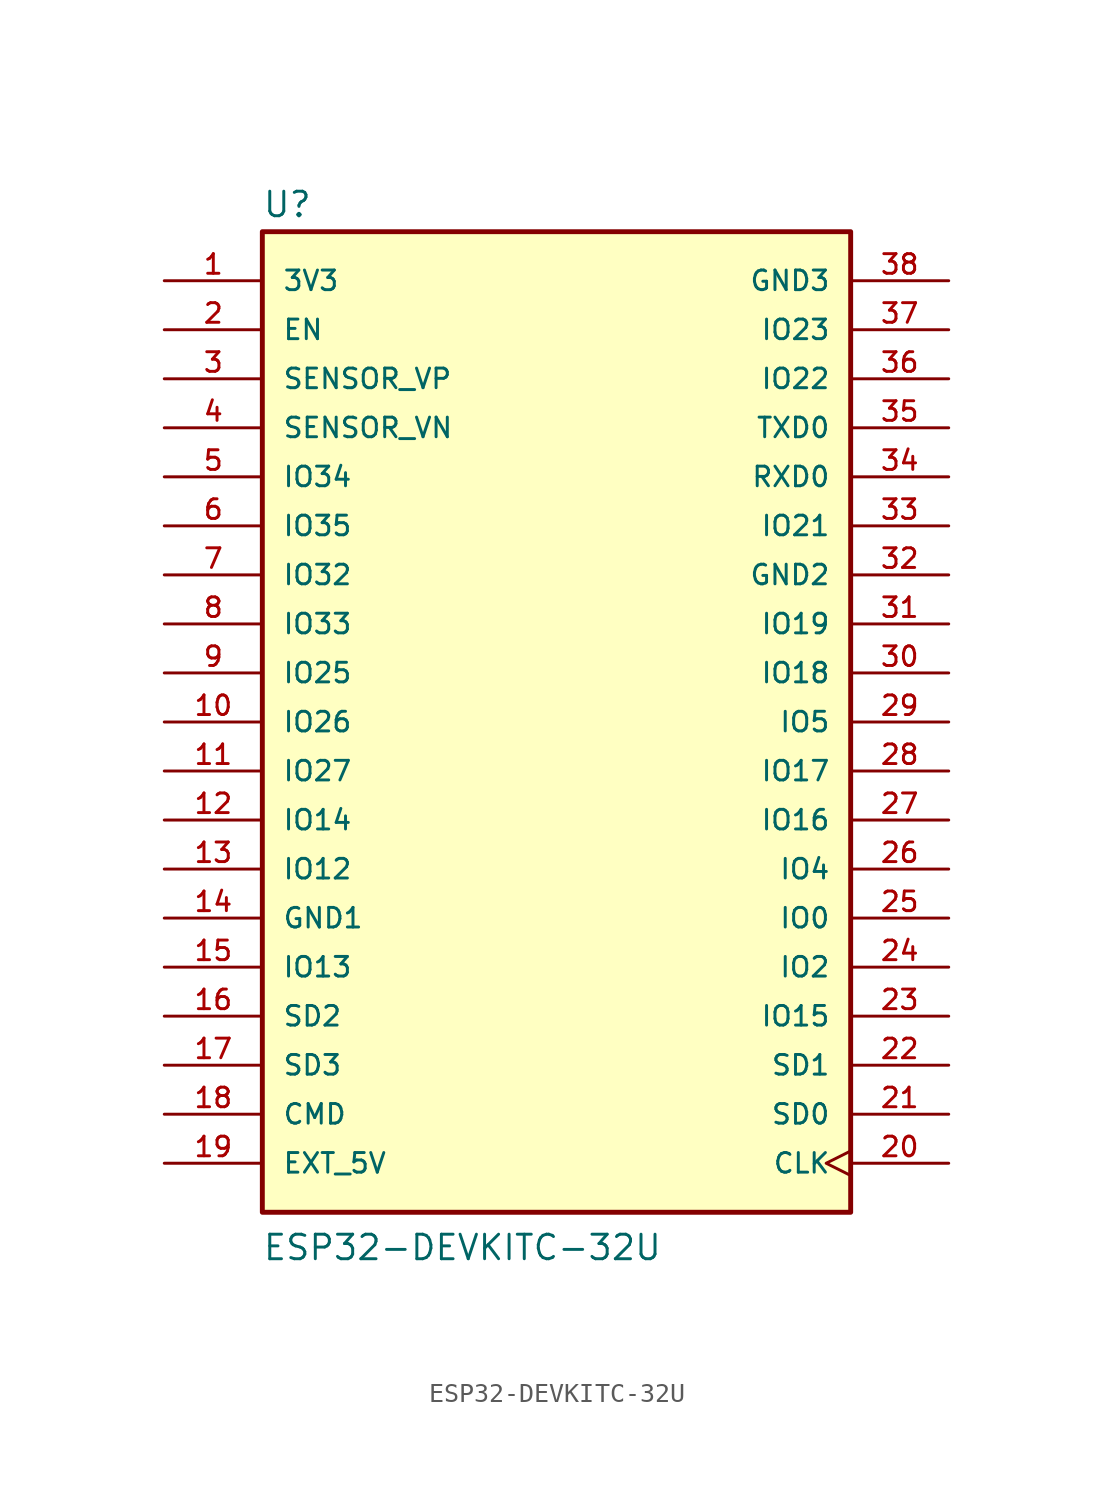
<source format=kicad_sym>
(kicad_symbol_lib
  (version 20211014)
  (generator kicad_symbol_editor)
  (symbol "ESP32-DEVKITC-32U"
    (pin_names
      (offset 1.016))
    (property "Reference" "U"
      (at -15.257 26.064 0)
      (effects (font (size 1.27 1.27)) (justify bottom left)))
    (property "Value" "ESP32-DEVKITC-32U"
      (at -15.256 -27.97 0)
      (effects (font (size 1.27 1.27)) (justify bottom left)))
    (symbol "ESP32-DEVKITC-32U_0_0"
      (rectangle (start -15.24 -25.4) (end 15.24 25.4) (stroke (width 0.254)) (fill (type background)))
      (pin power_in line (at -20.32 22.86 0) (length 5.08) (name "3V3" (effects (font (size 1.016 1.016)))) (number "1" (effects (font (size 1.016 1.016)))))
      (pin input line (at -20.32 20.32 0) (length 5.08) (name "EN" (effects (font (size 1.016 1.016)))) (number "2" (effects (font (size 1.016 1.016)))))
      (pin input line (at -20.32 17.78 0) (length 5.08) (name "SENSOR_VP" (effects (font (size 1.016 1.016)))) (number "3" (effects (font (size 1.016 1.016)))))
      (pin input line (at -20.32 15.24 0) (length 5.08) (name "SENSOR_VN" (effects (font (size 1.016 1.016)))) (number "4" (effects (font (size 1.016 1.016)))))
      (pin bidirectional line (at -20.32 12.7 0) (length 5.08) (name "IO34" (effects (font (size 1.016 1.016)))) (number "5" (effects (font (size 1.016 1.016)))))
      (pin bidirectional line (at -20.32 10.16 0) (length 5.08) (name "IO35" (effects (font (size 1.016 1.016)))) (number "6" (effects (font (size 1.016 1.016)))))
      (pin bidirectional line (at -20.32 7.62 0) (length 5.08) (name "IO32" (effects (font (size 1.016 1.016)))) (number "7" (effects (font (size 1.016 1.016)))))
      (pin bidirectional line (at -20.32 5.08 0) (length 5.08) (name "IO33" (effects (font (size 1.016 1.016)))) (number "8" (effects (font (size 1.016 1.016)))))
      (pin bidirectional line (at -20.32 2.54 0) (length 5.08) (name "IO25" (effects (font (size 1.016 1.016)))) (number "9" (effects (font (size 1.016 1.016)))))
      (pin bidirectional line (at -20.32 0.0 0) (length 5.08) (name "IO26" (effects (font (size 1.016 1.016)))) (number "10" (effects (font (size 1.016 1.016)))))
      (pin bidirectional line (at -20.32 -2.54 0) (length 5.08) (name "IO27" (effects (font (size 1.016 1.016)))) (number "11" (effects (font (size 1.016 1.016)))))
      (pin bidirectional line (at -20.32 -5.08 0) (length 5.08) (name "IO14" (effects (font (size 1.016 1.016)))) (number "12" (effects (font (size 1.016 1.016)))))
      (pin bidirectional line (at -20.32 -7.62 0) (length 5.08) (name "IO12" (effects (font (size 1.016 1.016)))) (number "13" (effects (font (size 1.016 1.016)))))
      (pin power_in line (at -20.32 -10.16 0) (length 5.08) (name "GND1" (effects (font (size 1.016 1.016)))) (number "14" (effects (font (size 1.016 1.016)))))
      (pin bidirectional line (at -20.32 -12.7 0) (length 5.08) (name "IO13" (effects (font (size 1.016 1.016)))) (number "15" (effects (font (size 1.016 1.016)))))
      (pin bidirectional line (at -20.32 -15.24 0) (length 5.08) (name "SD2" (effects (font (size 1.016 1.016)))) (number "16" (effects (font (size 1.016 1.016)))))
      (pin bidirectional line (at -20.32 -17.78 0) (length 5.08) (name "SD3" (effects (font (size 1.016 1.016)))) (number "17" (effects (font (size 1.016 1.016)))))
      (pin bidirectional line (at -20.32 -20.32 0) (length 5.08) (name "CMD" (effects (font (size 1.016 1.016)))) (number "18" (effects (font (size 1.016 1.016)))))
      (pin power_in line (at -20.32 -22.86 0) (length 5.08) (name "EXT_5V" (effects (font (size 1.016 1.016)))) (number "19" (effects (font (size 1.016 1.016)))))
      (pin input clock (at 20.32 -22.86 180.0) (length 5.08) (name "CLK" (effects (font (size 1.016 1.016)))) (number "20" (effects (font (size 1.016 1.016)))))
      (pin bidirectional line (at 20.32 -20.32 180.0) (length 5.08) (name "SD0" (effects (font (size 1.016 1.016)))) (number "21" (effects (font (size 1.016 1.016)))))
      (pin bidirectional line (at 20.32 -17.78 180.0) (length 5.08) (name "SD1" (effects (font (size 1.016 1.016)))) (number "22" (effects (font (size 1.016 1.016)))))
      (pin bidirectional line (at 20.32 -15.24 180.0) (length 5.08) (name "IO15" (effects (font (size 1.016 1.016)))) (number "23" (effects (font (size 1.016 1.016)))))
      (pin bidirectional line (at 20.32 -12.7 180.0) (length 5.08) (name "IO2" (effects (font (size 1.016 1.016)))) (number "24" (effects (font (size 1.016 1.016)))))
      (pin bidirectional line (at 20.32 -10.16 180.0) (length 5.08) (name "IO0" (effects (font (size 1.016 1.016)))) (number "25" (effects (font (size 1.016 1.016)))))
      (pin bidirectional line (at 20.32 -7.62 180.0) (length 5.08) (name "IO4" (effects (font (size 1.016 1.016)))) (number "26" (effects (font (size 1.016 1.016)))))
      (pin bidirectional line (at 20.32 -5.08 180.0) (length 5.08) (name "IO16" (effects (font (size 1.016 1.016)))) (number "27" (effects (font (size 1.016 1.016)))))
      (pin bidirectional line (at 20.32 -2.54 180.0) (length 5.08) (name "IO17" (effects (font (size 1.016 1.016)))) (number "28" (effects (font (size 1.016 1.016)))))
      (pin bidirectional line (at 20.32 0.0 180.0) (length 5.08) (name "IO5" (effects (font (size 1.016 1.016)))) (number "29" (effects (font (size 1.016 1.016)))))
      (pin bidirectional line (at 20.32 2.54 180.0) (length 5.08) (name "IO18" (effects (font (size 1.016 1.016)))) (number "30" (effects (font (size 1.016 1.016)))))
      (pin bidirectional line (at 20.32 5.08 180.0) (length 5.08) (name "IO19" (effects (font (size 1.016 1.016)))) (number "31" (effects (font (size 1.016 1.016)))))
      (pin power_in line (at 20.32 7.62 180.0) (length 5.08) (name "GND2" (effects (font (size 1.016 1.016)))) (number "32" (effects (font (size 1.016 1.016)))))
      (pin bidirectional line (at 20.32 10.16 180.0) (length 5.08) (name "IO21" (effects (font (size 1.016 1.016)))) (number "33" (effects (font (size 1.016 1.016)))))
      (pin input line (at 20.32 12.7 180.0) (length 5.08) (name "RXD0" (effects (font (size 1.016 1.016)))) (number "34" (effects (font (size 1.016 1.016)))))
      (pin output line (at 20.32 15.24 180.0) (length 5.08) (name "TXD0" (effects (font (size 1.016 1.016)))) (number "35" (effects (font (size 1.016 1.016)))))
      (pin bidirectional line (at 20.32 17.78 180.0) (length 5.08) (name "IO22" (effects (font (size 1.016 1.016)))) (number "36" (effects (font (size 1.016 1.016)))))
      (pin bidirectional line (at 20.32 20.32 180.0) (length 5.08) (name "IO23" (effects (font (size 1.016 1.016)))) (number "37" (effects (font (size 1.016 1.016)))))
      (pin power_in line (at 20.32 22.86 180.0) (length 5.08) (name "GND3" (effects (font (size 1.016 1.016)))) (number "38" (effects (font (size 1.016 1.016))))))))
</source>
